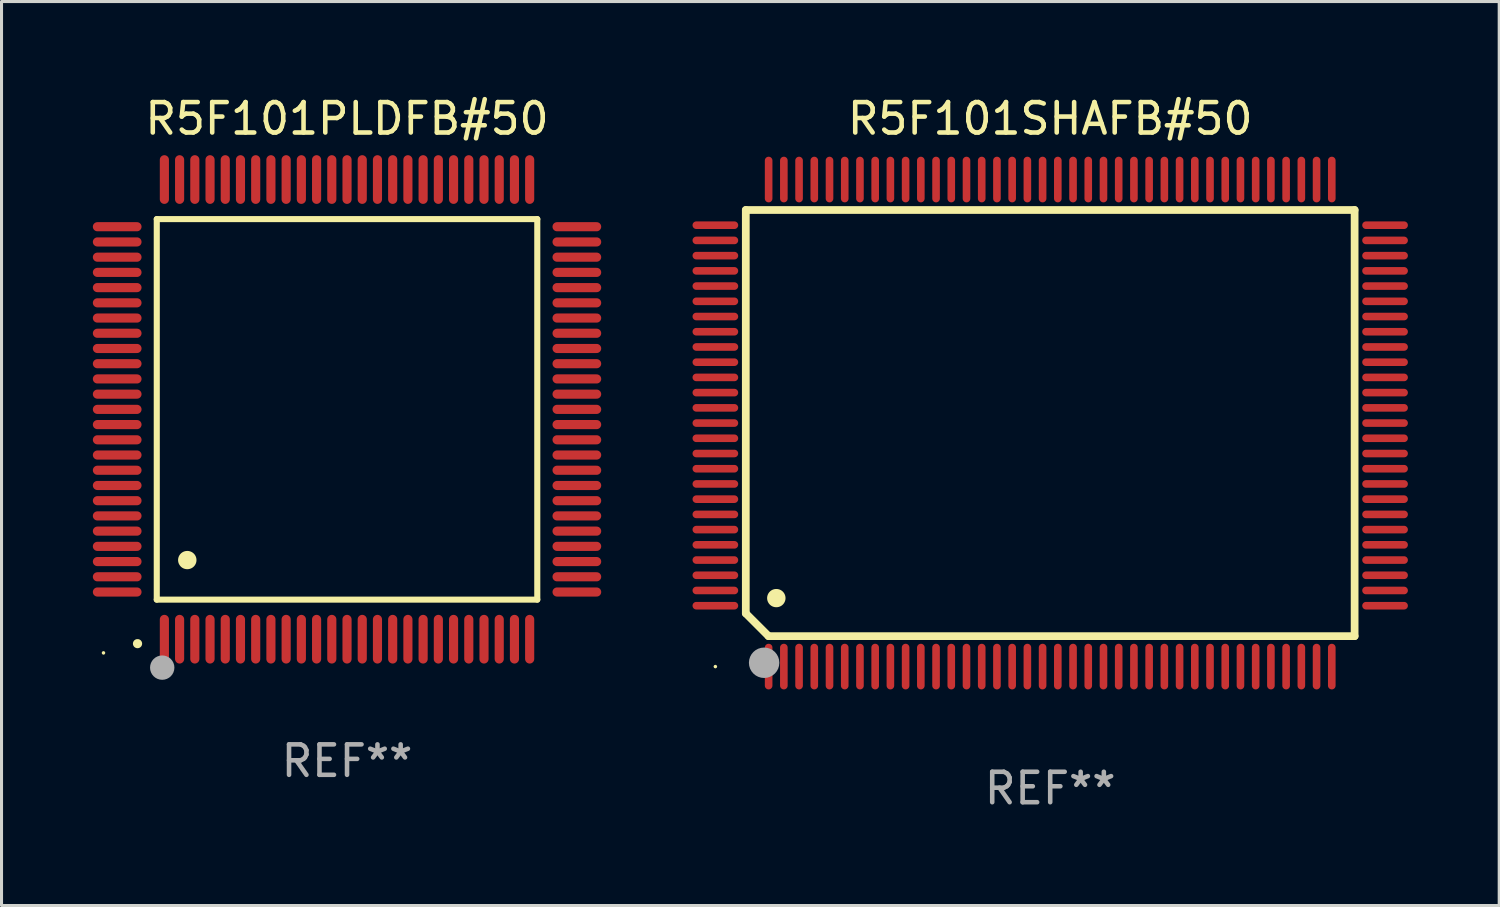
<source format=kicad_pcb>
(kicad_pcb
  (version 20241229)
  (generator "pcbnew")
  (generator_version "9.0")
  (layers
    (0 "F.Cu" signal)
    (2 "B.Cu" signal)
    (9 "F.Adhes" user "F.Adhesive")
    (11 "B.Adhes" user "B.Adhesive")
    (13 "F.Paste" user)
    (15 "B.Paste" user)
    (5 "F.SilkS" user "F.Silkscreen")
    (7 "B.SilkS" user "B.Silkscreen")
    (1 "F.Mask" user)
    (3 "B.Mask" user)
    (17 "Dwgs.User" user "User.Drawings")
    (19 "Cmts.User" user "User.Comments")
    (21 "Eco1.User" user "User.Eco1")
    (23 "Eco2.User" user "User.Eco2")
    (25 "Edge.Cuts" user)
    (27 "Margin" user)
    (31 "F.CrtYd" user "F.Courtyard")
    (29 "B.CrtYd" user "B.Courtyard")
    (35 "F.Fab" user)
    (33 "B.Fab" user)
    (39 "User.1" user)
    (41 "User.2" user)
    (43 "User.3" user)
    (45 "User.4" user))
  (footprint "R5F101PLDFB#50"
    (layer "F.Cu")
    (at 8.35 10.398)
    (property "Reference" "R5F101PLDFB#50" (at 0 -9.55 0) (layer "F.SilkS") (effects (font (size 1 1) (thickness 0.15))))
    (attr through_hole)
    (fp_line (start -6.25 -6.25) (end -6.25 6.25) (stroke (width 0.2) (type solid)) (layer "F.SilkS"))
    (fp_line (start -6.25 6.25) (end 6.25 6.25) (stroke (width 0.2) (type solid)) (layer "F.SilkS"))
    (fp_line (start 6.25 -6.25) (end -6.25 -6.25) (stroke (width 0.2) (type solid)) (layer "F.SilkS"))
    (fp_line (start 6.25 6.25) (end 6.25 -6.25) (stroke (width 0.2) (type solid)) (layer "F.SilkS"))
    (fp_arc (start -6.883414 7.696215) (mid -6.882144 7.69621) (end -6.880874 7.696215) (stroke (width 0.3) (type solid)) (layer "F.SilkS"))
    (fp_arc (start -5.250191 4.95047) (mid -5.247651 4.950459) (end -5.245111 4.95047) (stroke (width 0.6) (type solid)) (layer "F.SilkS"))
    (fp_circle (center -8 8) (end -7.97 8) (stroke (width 0.06) (type solid)) (fill no) (layer "F.SilkS"))
    (fp_circle (center -6.071 8.484) (end -5.871 8.484) (stroke (width 0.4) (type solid)) (fill no) (layer "F.Fab"))
    (fp_text user "REF**" (at 0 11.55 0) (layer "F.Fab") (effects (font (size 1 1) (thickness 0.15))))
    (pad "1" smd oval (at -6 7.55) (size 0.3 1.6) (layers "F.Cu" "F.Mask" "F.Paste"))
    (pad "2" smd oval (at -5.5 7.55) (size 0.3 1.6) (layers "F.Cu" "F.Mask" "F.Paste"))
    (pad "3" smd oval (at -5 7.55) (size 0.3 1.6) (layers "F.Cu" "F.Mask" "F.Paste"))
    (pad "4" smd oval (at -4.5 7.55) (size 0.3 1.6) (layers "F.Cu" "F.Mask" "F.Paste"))
    (pad "5" smd oval (at -4 7.55) (size 0.3 1.6) (layers "F.Cu" "F.Mask" "F.Paste"))
    (pad "6" smd oval (at -3.5 7.55) (size 0.3 1.6) (layers "F.Cu" "F.Mask" "F.Paste"))
    (pad "7" smd oval (at -3 7.55) (size 0.3 1.6) (layers "F.Cu" "F.Mask" "F.Paste"))
    (pad "8" smd oval (at -2.5 7.55) (size 0.3 1.6) (layers "F.Cu" "F.Mask" "F.Paste"))
    (pad "9" smd oval (at -2 7.55) (size 0.3 1.6) (layers "F.Cu" "F.Mask" "F.Paste"))
    (pad "10" smd oval (at -1.5 7.55) (size 0.3 1.6) (layers "F.Cu" "F.Mask" "F.Paste"))
    (pad "11" smd oval (at -1 7.55) (size 0.3 1.6) (layers "F.Cu" "F.Mask" "F.Paste"))
    (pad "12" smd oval (at -0.5 7.55) (size 0.3 1.6) (layers "F.Cu" "F.Mask" "F.Paste"))
    (pad "13" smd oval (at 0 7.55) (size 0.3 1.6) (layers "F.Cu" "F.Mask" "F.Paste"))
    (pad "14" smd oval (at 0.5 7.55) (size 0.3 1.6) (layers "F.Cu" "F.Mask" "F.Paste"))
    (pad "15" smd oval (at 1 7.55) (size 0.3 1.6) (layers "F.Cu" "F.Mask" "F.Paste"))
    (pad "16" smd oval (at 1.5 7.55) (size 0.3 1.6) (layers "F.Cu" "F.Mask" "F.Paste"))
    (pad "17" smd oval (at 2 7.55) (size 0.3 1.6) (layers "F.Cu" "F.Mask" "F.Paste"))
    (pad "18" smd oval (at 2.5 7.55) (size 0.3 1.6) (layers "F.Cu" "F.Mask" "F.Paste"))
    (pad "19" smd oval (at 3 7.55) (size 0.3 1.6) (layers "F.Cu" "F.Mask" "F.Paste"))
    (pad "20" smd oval (at 3.5 7.55) (size 0.3 1.6) (layers "F.Cu" "F.Mask" "F.Paste"))
    (pad "21" smd oval (at 4 7.55) (size 0.3 1.6) (layers "F.Cu" "F.Mask" "F.Paste"))
    (pad "22" smd oval (at 4.5 7.55) (size 0.3 1.6) (layers "F.Cu" "F.Mask" "F.Paste"))
    (pad "23" smd oval (at 5 7.55) (size 0.3 1.6) (layers "F.Cu" "F.Mask" "F.Paste"))
    (pad "24" smd oval (at 5.5 7.55) (size 0.3 1.6) (layers "F.Cu" "F.Mask" "F.Paste"))
    (pad "25" smd oval (at 6 7.55) (size 0.3 1.6) (layers "F.Cu" "F.Mask" "F.Paste"))
    (pad "26" smd oval (at 7.55 6) (size 1.6 0.3) (layers "F.Cu" "F.Mask" "F.Paste"))
    (pad "27" smd oval (at 7.55 5.5) (size 1.6 0.3) (layers "F.Cu" "F.Mask" "F.Paste"))
    (pad "28" smd oval (at 7.55 5) (size 1.6 0.3) (layers "F.Cu" "F.Mask" "F.Paste"))
    (pad "29" smd oval (at 7.55 4.5) (size 1.6 0.3) (layers "F.Cu" "F.Mask" "F.Paste"))
    (pad "30" smd oval (at 7.55 4) (size 1.6 0.3) (layers "F.Cu" "F.Mask" "F.Paste"))
    (pad "31" smd oval (at 7.55 3.5) (size 1.6 0.3) (layers "F.Cu" "F.Mask" "F.Paste"))
    (pad "32" smd oval (at 7.55 3) (size 1.6 0.3) (layers "F.Cu" "F.Mask" "F.Paste"))
    (pad "33" smd oval (at 7.55 2.5) (size 1.6 0.3) (layers "F.Cu" "F.Mask" "F.Paste"))
    (pad "34" smd oval (at 7.55 2) (size 1.6 0.3) (layers "F.Cu" "F.Mask" "F.Paste"))
    (pad "35" smd oval (at 7.55 1.5) (size 1.6 0.3) (layers "F.Cu" "F.Mask" "F.Paste"))
    (pad "36" smd oval (at 7.55 1) (size 1.6 0.3) (layers "F.Cu" "F.Mask" "F.Paste"))
    (pad "37" smd oval (at 7.55 0.5) (size 1.6 0.3) (layers "F.Cu" "F.Mask" "F.Paste"))
    (pad "38" smd oval (at 7.55 0) (size 1.6 0.3) (layers "F.Cu" "F.Mask" "F.Paste"))
    (pad "39" smd oval (at 7.55 -0.5) (size 1.6 0.3) (layers "F.Cu" "F.Mask" "F.Paste"))
    (pad "40" smd oval (at 7.55 -1) (size 1.6 0.3) (layers "F.Cu" "F.Mask" "F.Paste"))
    (pad "41" smd oval (at 7.55 -1.5) (size 1.6 0.3) (layers "F.Cu" "F.Mask" "F.Paste"))
    (pad "42" smd oval (at 7.55 -2) (size 1.6 0.3) (layers "F.Cu" "F.Mask" "F.Paste"))
    (pad "43" smd oval (at 7.55 -2.5) (size 1.6 0.3) (layers "F.Cu" "F.Mask" "F.Paste"))
    (pad "44" smd oval (at 7.55 -3) (size 1.6 0.3) (layers "F.Cu" "F.Mask" "F.Paste"))
    (pad "45" smd oval (at 7.55 -3.5) (size 1.6 0.3) (layers "F.Cu" "F.Mask" "F.Paste"))
    (pad "46" smd oval (at 7.55 -4) (size 1.6 0.3) (layers "F.Cu" "F.Mask" "F.Paste"))
    (pad "47" smd oval (at 7.55 -4.5) (size 1.6 0.3) (layers "F.Cu" "F.Mask" "F.Paste"))
    (pad "48" smd oval (at 7.55 -5) (size 1.6 0.3) (layers "F.Cu" "F.Mask" "F.Paste"))
    (pad "49" smd oval (at 7.55 -5.5) (size 1.6 0.3) (layers "F.Cu" "F.Mask" "F.Paste"))
    (pad "50" smd oval (at 7.55 -6) (size 1.6 0.3) (layers "F.Cu" "F.Mask" "F.Paste"))
    (pad "51" smd oval (at 6 -7.55) (size 0.3 1.6) (layers "F.Cu" "F.Mask" "F.Paste"))
    (pad "52" smd oval (at 5.5 -7.55) (size 0.3 1.6) (layers "F.Cu" "F.Mask" "F.Paste"))
    (pad "53" smd oval (at 5 -7.55) (size 0.3 1.6) (layers "F.Cu" "F.Mask" "F.Paste"))
    (pad "54" smd oval (at 4.5 -7.55) (size 0.3 1.6) (layers "F.Cu" "F.Mask" "F.Paste"))
    (pad "55" smd oval (at 4 -7.55) (size 0.3 1.6) (layers "F.Cu" "F.Mask" "F.Paste"))
    (pad "56" smd oval (at 3.5 -7.55) (size 0.3 1.6) (layers "F.Cu" "F.Mask" "F.Paste"))
    (pad "57" smd oval (at 3 -7.55) (size 0.3 1.6) (layers "F.Cu" "F.Mask" "F.Paste"))
    (pad "58" smd oval (at 2.5 -7.55) (size 0.3 1.6) (layers "F.Cu" "F.Mask" "F.Paste"))
    (pad "59" smd oval (at 2 -7.55) (size 0.3 1.6) (layers "F.Cu" "F.Mask" "F.Paste"))
    (pad "60" smd oval (at 1.5 -7.55) (size 0.3 1.6) (layers "F.Cu" "F.Mask" "F.Paste"))
    (pad "61" smd oval (at 1 -7.55) (size 0.3 1.6) (layers "F.Cu" "F.Mask" "F.Paste"))
    (pad "62" smd oval (at 0.5 -7.55) (size 0.3 1.6) (layers "F.Cu" "F.Mask" "F.Paste"))
    (pad "63" smd oval (at 0 -7.55) (size 0.3 1.6) (layers "F.Cu" "F.Mask" "F.Paste"))
    (pad "64" smd oval (at -0.5 -7.55) (size 0.3 1.6) (layers "F.Cu" "F.Mask" "F.Paste"))
    (pad "65" smd oval (at -1 -7.55) (size 0.3 1.6) (layers "F.Cu" "F.Mask" "F.Paste"))
    (pad "66" smd oval (at -1.5 -7.55) (size 0.3 1.6) (layers "F.Cu" "F.Mask" "F.Paste"))
    (pad "67" smd oval (at -2 -7.55) (size 0.3 1.6) (layers "F.Cu" "F.Mask" "F.Paste"))
    (pad "68" smd oval (at -2.5 -7.55) (size 0.3 1.6) (layers "F.Cu" "F.Mask" "F.Paste"))
    (pad "69" smd oval (at -3 -7.55) (size 0.3 1.6) (layers "F.Cu" "F.Mask" "F.Paste"))
    (pad "70" smd oval (at -3.5 -7.55) (size 0.3 1.6) (layers "F.Cu" "F.Mask" "F.Paste"))
    (pad "71" smd oval (at -4 -7.55) (size 0.3 1.6) (layers "F.Cu" "F.Mask" "F.Paste"))
    (pad "72" smd oval (at -4.5 -7.55) (size 0.3 1.6) (layers "F.Cu" "F.Mask" "F.Paste"))
    (pad "73" smd oval (at -5 -7.55) (size 0.3 1.6) (layers "F.Cu" "F.Mask" "F.Paste"))
    (pad "74" smd oval (at -5.5 -7.55) (size 0.3 1.6) (layers "F.Cu" "F.Mask" "F.Paste"))
    (pad "75" smd oval (at -6 -7.55) (size 0.3 1.6) (layers "F.Cu" "F.Mask" "F.Paste"))
    (pad "76" smd oval (at -7.55 -6) (size 1.6 0.3) (layers "F.Cu" "F.Mask" "F.Paste"))
    (pad "77" smd oval (at -7.55 -5.5) (size 1.6 0.3) (layers "F.Cu" "F.Mask" "F.Paste"))
    (pad "78" smd oval (at -7.55 -5) (size 1.6 0.3) (layers "F.Cu" "F.Mask" "F.Paste"))
    (pad "79" smd oval (at -7.55 -4.5) (size 1.6 0.3) (layers "F.Cu" "F.Mask" "F.Paste"))
    (pad "80" smd oval (at -7.55 -4) (size 1.6 0.3) (layers "F.Cu" "F.Mask" "F.Paste"))
    (pad "81" smd oval (at -7.55 -3.5) (size 1.6 0.3) (layers "F.Cu" "F.Mask" "F.Paste"))
    (pad "82" smd oval (at -7.55 -3) (size 1.6 0.3) (layers "F.Cu" "F.Mask" "F.Paste"))
    (pad "83" smd oval (at -7.55 -2.5) (size 1.6 0.3) (layers "F.Cu" "F.Mask" "F.Paste"))
    (pad "84" smd oval (at -7.55 -2) (size 1.6 0.3) (layers "F.Cu" "F.Mask" "F.Paste"))
    (pad "85" smd oval (at -7.55 -1.5) (size 1.6 0.3) (layers "F.Cu" "F.Mask" "F.Paste"))
    (pad "86" smd oval (at -7.55 -1) (size 1.6 0.3) (layers "F.Cu" "F.Mask" "F.Paste"))
    (pad "87" smd oval (at -7.55 -0.5) (size 1.6 0.3) (layers "F.Cu" "F.Mask" "F.Paste"))
    (pad "88" smd oval (at -7.55 0) (size 1.6 0.3) (layers "F.Cu" "F.Mask" "F.Paste"))
    (pad "89" smd oval (at -7.55 0.5) (size 1.6 0.3) (layers "F.Cu" "F.Mask" "F.Paste"))
    (pad "90" smd oval (at -7.55 1) (size 1.6 0.3) (layers "F.Cu" "F.Mask" "F.Paste"))
    (pad "91" smd oval (at -7.55 1.5) (size 1.6 0.3) (layers "F.Cu" "F.Mask" "F.Paste"))
    (pad "92" smd oval (at -7.55 2) (size 1.6 0.3) (layers "F.Cu" "F.Mask" "F.Paste"))
    (pad "93" smd oval (at -7.55 2.5) (size 1.6 0.3) (layers "F.Cu" "F.Mask" "F.Paste"))
    (pad "94" smd oval (at -7.55 3) (size 1.6 0.3) (layers "F.Cu" "F.Mask" "F.Paste"))
    (pad "95" smd oval (at -7.55 3.5) (size 1.6 0.3) (layers "F.Cu" "F.Mask" "F.Paste"))
    (pad "96" smd oval (at -7.55 4) (size 1.6 0.3) (layers "F.Cu" "F.Mask" "F.Paste"))
    (pad "97" smd oval (at -7.55 4.5) (size 1.6 0.3) (layers "F.Cu" "F.Mask" "F.Paste"))
    (pad "98" smd oval (at -7.55 5) (size 1.6 0.3) (layers "F.Cu" "F.Mask" "F.Paste"))
    (pad "99" smd oval (at -7.55 5.5) (size 1.6 0.3) (layers "F.Cu" "F.Mask" "F.Paste"))
    (pad "100" smd oval (at -7.55 6) (size 1.6 0.3) (layers "F.Cu" "F.Mask" "F.Paste")))
  (footprint "R5F101SHAFB#50"
    (layer "F.Cu")
    (at 31.45 10.848)
    (property "Reference" "R5F101SHAFB#50" (at 0 -10 0) (layer "F.SilkS") (effects (font (size 1 1) (thickness 0.15))))
    (attr through_hole)
    (fp_line (start -10 -7) (end -10 6.25) (stroke (width 0.254) (type solid)) (layer "F.SilkS"))
    (fp_line (start -10 -7) (end 10 -7) (stroke (width 0.254) (type solid)) (layer "F.SilkS"))
    (fp_line (start -9.252 7) (end -10 6.252) (stroke (width 0.254) (type solid)) (layer "F.SilkS"))
    (fp_line (start 10 -7) (end 10 7) (stroke (width 0.254) (type solid)) (layer "F.SilkS"))
    (fp_line (start 10 7) (end -9.252 7) (stroke (width 0.254) (type solid)) (layer "F.SilkS"))
    (fp_arc (start -9.000025 5.750013) (mid -8.997485 5.750002) (end -8.994945 5.750013) (stroke (width 0.6) (type solid)) (layer "F.SilkS"))
    (fp_circle (center -11 8) (end -10.97 8) (stroke (width 0.06) (type solid)) (fill no) (layer "F.SilkS"))
    (fp_circle (center -9.398 7.874) (end -9.148 7.874) (stroke (width 0.5) (type solid)) (fill no) (layer "F.Fab"))
    (fp_text user "REF**" (at 0 12 0) (layer "F.Fab") (effects (font (size 1 1) (thickness 0.15))))
    (pad "1" smd oval (at -9.25 8) (size 0.25 1.5) (layers "F.Cu" "F.Mask" "F.Paste"))
    (pad "2" smd oval (at -8.75 8) (size 0.25 1.5) (layers "F.Cu" "F.Mask" "F.Paste"))
    (pad "3" smd oval (at -8.25 8) (size 0.25 1.5) (layers "F.Cu" "F.Mask" "F.Paste"))
    (pad "4" smd oval (at -7.75 8) (size 0.25 1.5) (layers "F.Cu" "F.Mask" "F.Paste"))
    (pad "5" smd oval (at -7.25 8) (size 0.25 1.5) (layers "F.Cu" "F.Mask" "F.Paste"))
    (pad "6" smd oval (at -6.75 8) (size 0.25 1.5) (layers "F.Cu" "F.Mask" "F.Paste"))
    (pad "7" smd oval (at -6.25 8) (size 0.25 1.5) (layers "F.Cu" "F.Mask" "F.Paste"))
    (pad "8" smd oval (at -5.75 8) (size 0.25 1.5) (layers "F.Cu" "F.Mask" "F.Paste"))
    (pad "9" smd oval (at -5.25 8) (size 0.25 1.5) (layers "F.Cu" "F.Mask" "F.Paste"))
    (pad "10" smd oval (at -4.75 8) (size 0.25 1.5) (layers "F.Cu" "F.Mask" "F.Paste"))
    (pad "11" smd oval (at -4.25 8) (size 0.25 1.5) (layers "F.Cu" "F.Mask" "F.Paste"))
    (pad "12" smd oval (at -3.75 8) (size 0.25 1.5) (layers "F.Cu" "F.Mask" "F.Paste"))
    (pad "13" smd oval (at -3.25 8) (size 0.25 1.5) (layers "F.Cu" "F.Mask" "F.Paste"))
    (pad "14" smd oval (at -2.75 8) (size 0.25 1.5) (layers "F.Cu" "F.Mask" "F.Paste"))
    (pad "15" smd oval (at -2.25 8) (size 0.25 1.5) (layers "F.Cu" "F.Mask" "F.Paste"))
    (pad "16" smd oval (at -1.75 8) (size 0.25 1.5) (layers "F.Cu" "F.Mask" "F.Paste"))
    (pad "17" smd oval (at -1.25 8) (size 0.25 1.5) (layers "F.Cu" "F.Mask" "F.Paste"))
    (pad "18" smd oval (at -0.75 8) (size 0.25 1.5) (layers "F.Cu" "F.Mask" "F.Paste"))
    (pad "19" smd oval (at -0.25 8) (size 0.25 1.5) (layers "F.Cu" "F.Mask" "F.Paste"))
    (pad "20" smd oval (at 0.25 8) (size 0.25 1.5) (layers "F.Cu" "F.Mask" "F.Paste"))
    (pad "21" smd oval (at 0.75 8) (size 0.25 1.5) (layers "F.Cu" "F.Mask" "F.Paste"))
    (pad "22" smd oval (at 1.25 8) (size 0.25 1.5) (layers "F.Cu" "F.Mask" "F.Paste"))
    (pad "23" smd oval (at 1.75 8) (size 0.25 1.5) (layers "F.Cu" "F.Mask" "F.Paste"))
    (pad "24" smd oval (at 2.25 8) (size 0.25 1.5) (layers "F.Cu" "F.Mask" "F.Paste"))
    (pad "25" smd oval (at 2.75 8) (size 0.25 1.5) (layers "F.Cu" "F.Mask" "F.Paste"))
    (pad "26" smd oval (at 3.25 8) (size 0.25 1.5) (layers "F.Cu" "F.Mask" "F.Paste"))
    (pad "27" smd oval (at 3.75 8) (size 0.25 1.5) (layers "F.Cu" "F.Mask" "F.Paste"))
    (pad "28" smd oval (at 4.25 8) (size 0.25 1.5) (layers "F.Cu" "F.Mask" "F.Paste"))
    (pad "29" smd oval (at 4.75 8) (size 0.25 1.5) (layers "F.Cu" "F.Mask" "F.Paste"))
    (pad "30" smd oval (at 5.25 8) (size 0.25 1.5) (layers "F.Cu" "F.Mask" "F.Paste"))
    (pad "31" smd oval (at 5.75 8) (size 0.25 1.5) (layers "F.Cu" "F.Mask" "F.Paste"))
    (pad "32" smd oval (at 6.25 8) (size 0.25 1.5) (layers "F.Cu" "F.Mask" "F.Paste"))
    (pad "33" smd oval (at 6.75 8 180) (size 0.25 1.5) (layers "F.Cu" "F.Mask" "F.Paste"))
    (pad "34" smd oval (at 7.25 8 180) (size 0.25 1.5) (layers "F.Cu" "F.Mask" "F.Paste"))
    (pad "35" smd oval (at 7.75 8 180) (size 0.25 1.5) (layers "F.Cu" "F.Mask" "F.Paste"))
    (pad "36" smd oval (at 8.25 8 180) (size 0.25 1.5) (layers "F.Cu" "F.Mask" "F.Paste"))
    (pad "37" smd oval (at 8.75 8 180) (size 0.25 1.5) (layers "F.Cu" "F.Mask" "F.Paste"))
    (pad "38" smd oval (at 9.25 8 180) (size 0.25 1.5) (layers "F.Cu" "F.Mask" "F.Paste"))
    (pad "39" smd oval (at 11 6 270) (size 0.25 1.5) (layers "F.Cu" "F.Mask" "F.Paste"))
    (pad "40" smd oval (at 11 5.5 270) (size 0.25 1.5) (layers "F.Cu" "F.Mask" "F.Paste"))
    (pad "41" smd oval (at 11 5 270) (size 0.25 1.5) (layers "F.Cu" "F.Mask" "F.Paste"))
    (pad "42" smd oval (at 11 4.5 270) (size 0.25 1.5) (layers "F.Cu" "F.Mask" "F.Paste"))
    (pad "43" smd oval (at 11 4 270) (size 0.25 1.5) (layers "F.Cu" "F.Mask" "F.Paste"))
    (pad "44" smd oval (at 11 3.5 270) (size 0.25 1.5) (layers "F.Cu" "F.Mask" "F.Paste"))
    (pad "45" smd oval (at 11 3 270) (size 0.25 1.5) (layers "F.Cu" "F.Mask" "F.Paste"))
    (pad "46" smd oval (at 11 2.5 270) (size 0.25 1.5) (layers "F.Cu" "F.Mask" "F.Paste"))
    (pad "47" smd oval (at 11 2 270) (size 0.25 1.5) (layers "F.Cu" "F.Mask" "F.Paste"))
    (pad "48" smd oval (at 11 1.5 270) (size 0.25 1.5) (layers "F.Cu" "F.Mask" "F.Paste"))
    (pad "49" smd oval (at 11 1 270) (size 0.25 1.5) (layers "F.Cu" "F.Mask" "F.Paste"))
    (pad "50" smd oval (at 11 0.5 270) (size 0.25 1.5) (layers "F.Cu" "F.Mask" "F.Paste"))
    (pad "51" smd oval (at 11 0 270) (size 0.25 1.5) (layers "F.Cu" "F.Mask" "F.Paste"))
    (pad "52" smd oval (at 11 -0.5 270) (size 0.25 1.5) (layers "F.Cu" "F.Mask" "F.Paste"))
    (pad "53" smd oval (at 11 -1 270) (size 0.25 1.5) (layers "F.Cu" "F.Mask" "F.Paste"))
    (pad "54" smd oval (at 11 -1.5 270) (size 0.25 1.5) (layers "F.Cu" "F.Mask" "F.Paste"))
    (pad "55" smd oval (at 11 -2 270) (size 0.25 1.5) (layers "F.Cu" "F.Mask" "F.Paste"))
    (pad "56" smd oval (at 11 -2.5 270) (size 0.25 1.5) (layers "F.Cu" "F.Mask" "F.Paste"))
    (pad "57" smd oval (at 11 -3 270) (size 0.25 1.5) (layers "F.Cu" "F.Mask" "F.Paste"))
    (pad "58" smd oval (at 11 -3.5 270) (size 0.25 1.5) (layers "F.Cu" "F.Mask" "F.Paste"))
    (pad "59" smd oval (at 11 -4 270) (size 0.25 1.5) (layers "F.Cu" "F.Mask" "F.Paste"))
    (pad "60" smd oval (at 11 -4.5 270) (size 0.25 1.5) (layers "F.Cu" "F.Mask" "F.Paste"))
    (pad "61" smd oval (at 11 -5 270) (size 0.25 1.5) (layers "F.Cu" "F.Mask" "F.Paste"))
    (pad "62" smd oval (at 11 -5.5 270) (size 0.25 1.5) (layers "F.Cu" "F.Mask" "F.Paste"))
    (pad "63" smd oval (at 11 -6 270) (size 0.25 1.5) (layers "F.Cu" "F.Mask" "F.Paste"))
    (pad "64" smd oval (at 11 -6.5 270) (size 0.25 1.5) (layers "F.Cu" "F.Mask" "F.Paste"))
    (pad "65" smd oval (at 9.25 -8 180) (size 0.25 1.5) (layers "F.Cu" "F.Mask" "F.Paste"))
    (pad "66" smd oval (at 8.75 -8 180) (size 0.25 1.5) (layers "F.Cu" "F.Mask" "F.Paste"))
    (pad "67" smd oval (at 8.25 -8 180) (size 0.25 1.5) (layers "F.Cu" "F.Mask" "F.Paste"))
    (pad "68" smd oval (at 7.75 -8 180) (size 0.25 1.5) (layers "F.Cu" "F.Mask" "F.Paste"))
    (pad "69" smd oval (at 7.25 -8 180) (size 0.25 1.5) (layers "F.Cu" "F.Mask" "F.Paste"))
    (pad "70" smd oval (at 6.75 -8 180) (size 0.25 1.5) (layers "F.Cu" "F.Mask" "F.Paste"))
    (pad "71" smd oval (at 6.25 -8 180) (size 0.25 1.5) (layers "F.Cu" "F.Mask" "F.Paste"))
    (pad "72" smd oval (at 5.75 -8 180) (size 0.25 1.5) (layers "F.Cu" "F.Mask" "F.Paste"))
    (pad "73" smd oval (at 5.25 -8 180) (size 0.25 1.5) (layers "F.Cu" "F.Mask" "F.Paste"))
    (pad "74" smd oval (at 4.75 -8 180) (size 0.25 1.5) (layers "F.Cu" "F.Mask" "F.Paste"))
    (pad "75" smd oval (at 4.25 -8 180) (size 0.25 1.5) (layers "F.Cu" "F.Mask" "F.Paste"))
    (pad "76" smd oval (at 3.75 -8 180) (size 0.25 1.5) (layers "F.Cu" "F.Mask" "F.Paste"))
    (pad "77" smd oval (at 3.25 -8 180) (size 0.25 1.5) (layers "F.Cu" "F.Mask" "F.Paste"))
    (pad "78" smd oval (at 2.75 -8 180) (size 0.25 1.5) (layers "F.Cu" "F.Mask" "F.Paste"))
    (pad "79" smd oval (at 2.25 -8 180) (size 0.25 1.5) (layers "F.Cu" "F.Mask" "F.Paste"))
    (pad "80" smd oval (at 1.75 -8 180) (size 0.25 1.5) (layers "F.Cu" "F.Mask" "F.Paste"))
    (pad "81" smd oval (at 1.25 -8 180) (size 0.25 1.5) (layers "F.Cu" "F.Mask" "F.Paste"))
    (pad "82" smd oval (at 0.75 -8 180) (size 0.25 1.5) (layers "F.Cu" "F.Mask" "F.Paste"))
    (pad "83" smd oval (at 0.25 -8 180) (size 0.25 1.5) (layers "F.Cu" "F.Mask" "F.Paste"))
    (pad "84" smd oval (at -0.25 -8 180) (size 0.25 1.5) (layers "F.Cu" "F.Mask" "F.Paste"))
    (pad "85" smd oval (at -0.75 -8 180) (size 0.25 1.5) (layers "F.Cu" "F.Mask" "F.Paste"))
    (pad "86" smd oval (at -1.25 -8 180) (size 0.25 1.5) (layers "F.Cu" "F.Mask" "F.Paste"))
    (pad "87" smd oval (at -1.75 -8 180) (size 0.25 1.5) (layers "F.Cu" "F.Mask" "F.Paste"))
    (pad "88" smd oval (at -2.25 -8 180) (size 0.25 1.5) (layers "F.Cu" "F.Mask" "F.Paste"))
    (pad "89" smd oval (at -2.75 -8 180) (size 0.25 1.5) (layers "F.Cu" "F.Mask" "F.Paste"))
    (pad "90" smd oval (at -3.25 -8 180) (size 0.25 1.5) (layers "F.Cu" "F.Mask" "F.Paste"))
    (pad "91" smd oval (at -3.75 -8 180) (size 0.25 1.5) (layers "F.Cu" "F.Mask" "F.Paste"))
    (pad "92" smd oval (at -4.25 -8 180) (size 0.25 1.5) (layers "F.Cu" "F.Mask" "F.Paste"))
    (pad "93" smd oval (at -4.75 -8 180) (size 0.25 1.5) (layers "F.Cu" "F.Mask" "F.Paste"))
    (pad "94" smd oval (at -5.25 -8 180) (size 0.25 1.5) (layers "F.Cu" "F.Mask" "F.Paste"))
    (pad "95" smd oval (at -5.75 -8 180) (size 0.25 1.5) (layers "F.Cu" "F.Mask" "F.Paste"))
    (pad "96" smd oval (at -6.25 -8 180) (size 0.25 1.5) (layers "F.Cu" "F.Mask" "F.Paste"))
    (pad "97" smd oval (at -6.75 -8 180) (size 0.25 1.5) (layers "F.Cu" "F.Mask" "F.Paste"))
    (pad "98" smd oval (at -7.25 -8 180) (size 0.25 1.5) (layers "F.Cu" "F.Mask" "F.Paste"))
    (pad "99" smd oval (at -7.75 -8 180) (size 0.25 1.5) (layers "F.Cu" "F.Mask" "F.Paste"))
    (pad "100" smd oval (at -8.25 -8 180) (size 0.25 1.5) (layers "F.Cu" "F.Mask" "F.Paste"))
    (pad "101" smd oval (at -8.75 -8 180) (size 0.25 1.5) (layers "F.Cu" "F.Mask" "F.Paste"))
    (pad "102" smd oval (at -9.25 -8) (size 0.25 1.5) (layers "F.Cu" "F.Mask" "F.Paste"))
    (pad "103" smd oval (at -11 -6.5 270) (size 0.25 1.5) (layers "F.Cu" "F.Mask" "F.Paste"))
    (pad "104" smd oval (at -11 -6 270) (size 0.25 1.5) (layers "F.Cu" "F.Mask" "F.Paste"))
    (pad "105" smd oval (at -11 -5.5 270) (size 0.25 1.5) (layers "F.Cu" "F.Mask" "F.Paste"))
    (pad "106" smd oval (at -11 -5 270) (size 0.25 1.5) (layers "F.Cu" "F.Mask" "F.Paste"))
    (pad "107" smd oval (at -11 -4.5 270) (size 0.25 1.5) (layers "F.Cu" "F.Mask" "F.Paste"))
    (pad "108" smd oval (at -11 -4 270) (size 0.25 1.5) (layers "F.Cu" "F.Mask" "F.Paste"))
    (pad "109" smd oval (at -11 -3.5 270) (size 0.25 1.5) (layers "F.Cu" "F.Mask" "F.Paste"))
    (pad "110" smd oval (at -11 -3 270) (size 0.25 1.5) (layers "F.Cu" "F.Mask" "F.Paste"))
    (pad "111" smd oval (at -11 -2.5 270) (size 0.25 1.5) (layers "F.Cu" "F.Mask" "F.Paste"))
    (pad "112" smd oval (at -11 -2 270) (size 0.25 1.5) (layers "F.Cu" "F.Mask" "F.Paste"))
    (pad "113" smd oval (at -11 -1.5 270) (size 0.25 1.5) (layers "F.Cu" "F.Mask" "F.Paste"))
    (pad "114" smd oval (at -11 -1 270) (size 0.25 1.5) (layers "F.Cu" "F.Mask" "F.Paste"))
    (pad "115" smd oval (at -11 -0.5 270) (size 0.25 1.5) (layers "F.Cu" "F.Mask" "F.Paste"))
    (pad "116" smd oval (at -11 0 270) (size 0.25 1.5) (layers "F.Cu" "F.Mask" "F.Paste"))
    (pad "117" smd oval (at -11 0.5 270) (size 0.25 1.5) (layers "F.Cu" "F.Mask" "F.Paste"))
    (pad "118" smd oval (at -11 1 270) (size 0.25 1.5) (layers "F.Cu" "F.Mask" "F.Paste"))
    (pad "119" smd oval (at -11 1.5 270) (size 0.25 1.5) (layers "F.Cu" "F.Mask" "F.Paste"))
    (pad "120" smd oval (at -11 2 270) (size 0.25 1.5) (layers "F.Cu" "F.Mask" "F.Paste"))
    (pad "121" smd oval (at -11 2.5 270) (size 0.25 1.5) (layers "F.Cu" "F.Mask" "F.Paste"))
    (pad "122" smd oval (at -11 3 270) (size 0.25 1.5) (layers "F.Cu" "F.Mask" "F.Paste"))
    (pad "123" smd oval (at -11 3.5 270) (size 0.25 1.5) (layers "F.Cu" "F.Mask" "F.Paste"))
    (pad "124" smd oval (at -11 4 270) (size 0.25 1.5) (layers "F.Cu" "F.Mask" "F.Paste"))
    (pad "125" smd oval (at -11 4.5 270) (size 0.25 1.5) (layers "F.Cu" "F.Mask" "F.Paste"))
    (pad "126" smd oval (at -11 5 270) (size 0.25 1.5) (layers "F.Cu" "F.Mask" "F.Paste"))
    (pad "127" smd oval (at -11 5.5 270) (size 0.25 1.5) (layers "F.Cu" "F.Mask" "F.Paste"))
    (pad "128" smd oval (at -11 6 270) (size 0.25 1.5) (layers "F.Cu" "F.Mask" "F.Paste")))
  (gr_rect
    (start -3 -3)
    (end 46.2 26.697)
    (stroke (width 0.1) (type default))
    (fill no)
    (layer "Edge.Cuts")))
</source>
